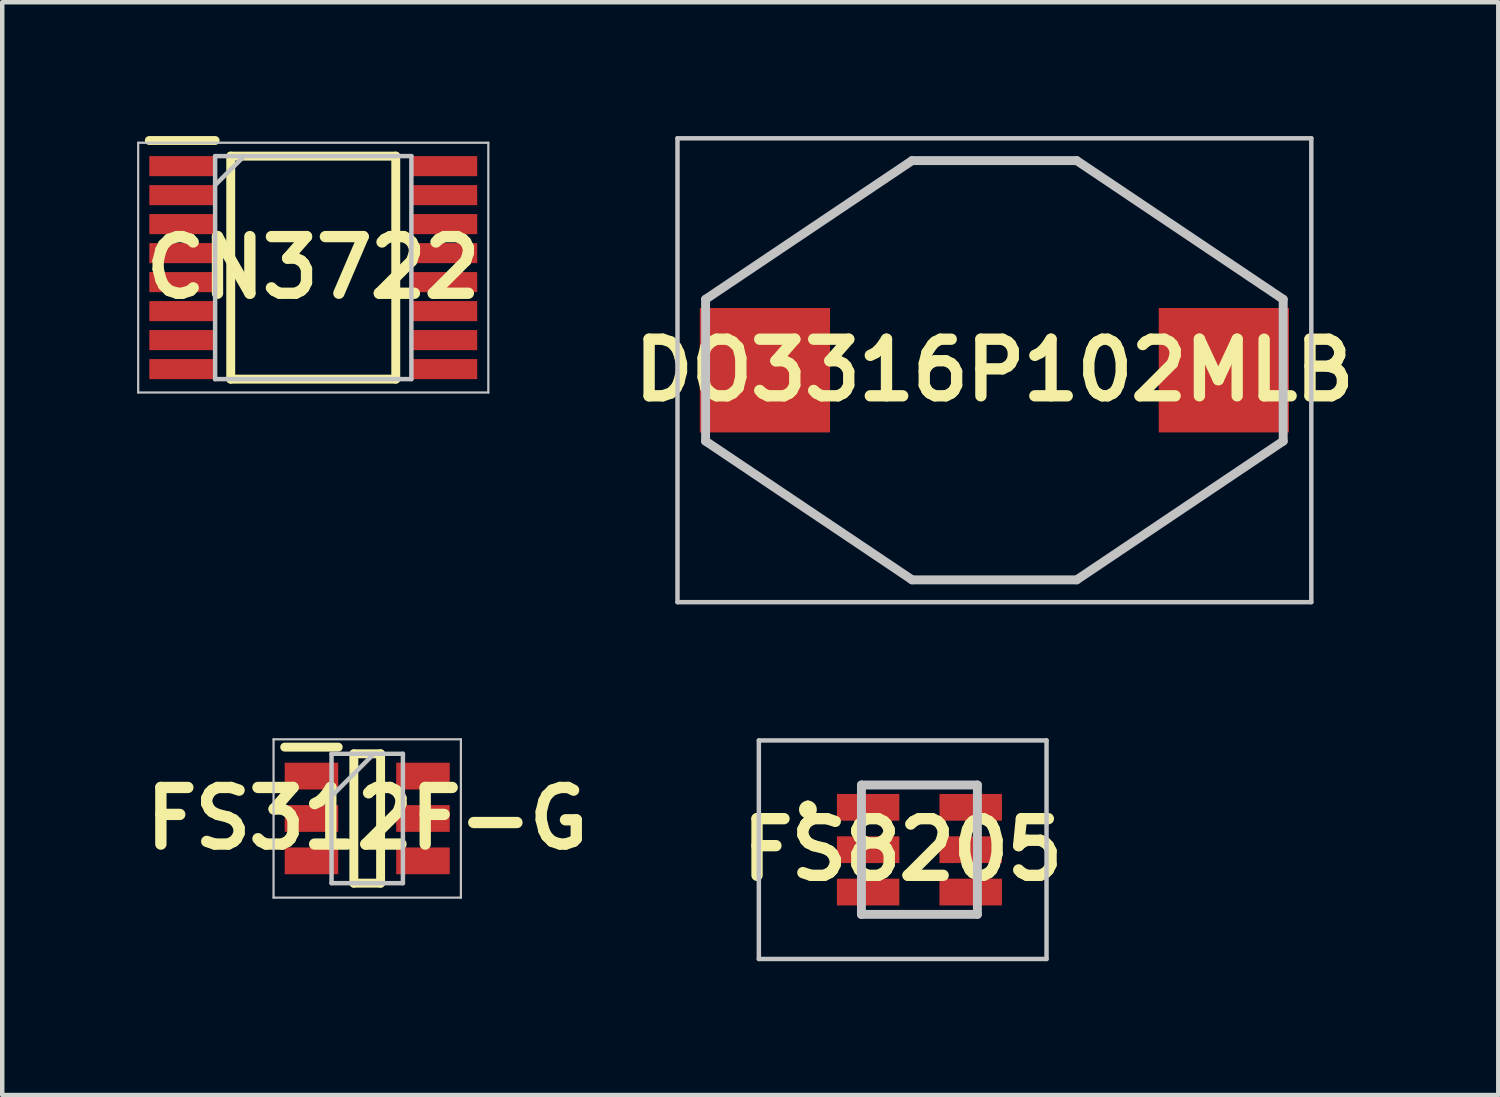
<source format=kicad_pcb>
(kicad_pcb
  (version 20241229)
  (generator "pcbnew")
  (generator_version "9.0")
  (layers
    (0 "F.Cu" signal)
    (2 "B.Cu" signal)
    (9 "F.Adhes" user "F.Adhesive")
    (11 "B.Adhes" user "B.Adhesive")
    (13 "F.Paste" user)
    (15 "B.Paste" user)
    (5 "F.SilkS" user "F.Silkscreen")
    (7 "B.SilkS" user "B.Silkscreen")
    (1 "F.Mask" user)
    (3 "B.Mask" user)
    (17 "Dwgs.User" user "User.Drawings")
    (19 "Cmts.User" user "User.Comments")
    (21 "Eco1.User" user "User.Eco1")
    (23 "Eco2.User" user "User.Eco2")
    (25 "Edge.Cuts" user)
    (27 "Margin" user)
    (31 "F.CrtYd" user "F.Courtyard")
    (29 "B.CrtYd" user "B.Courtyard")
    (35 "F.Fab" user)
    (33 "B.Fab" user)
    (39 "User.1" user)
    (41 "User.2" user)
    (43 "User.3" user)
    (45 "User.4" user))
  (footprint "FS312F-G"
    (layer "F.Cu")
    (at 5.183 15.3)
    (property "Reference" "FS312F-G" (at 0 0 0) (layer "F.SilkS") (effects (font (size 1.27 1.27) (thickness 0.254))))
    (attr smd)
    (fp_line (start -1.85 -1.6) (end -0.65 -1.6) (stroke (width 0.2) (type solid)) (layer "F.SilkS"))
    (fp_line (start -0.3 -1.45) (end 0.3 -1.45) (stroke (width 0.2) (type solid)) (layer "F.SilkS"))
    (fp_line (start -0.3 1.45) (end -0.3 -1.45) (stroke (width 0.2) (type solid)) (layer "F.SilkS"))
    (fp_line (start 0.3 -1.45) (end 0.3 1.45) (stroke (width 0.2) (type solid)) (layer "F.SilkS"))
    (fp_line (start 0.3 1.45) (end -0.3 1.45) (stroke (width 0.2) (type solid)) (layer "F.SilkS"))
    (fp_line (start -2.1 -1.775) (end 2.1 -1.775) (stroke (width 0.05) (type solid)) (layer "Dwgs.User"))
    (fp_line (start -2.1 1.775) (end -2.1 -1.775) (stroke (width 0.05) (type solid)) (layer "Dwgs.User"))
    (fp_line (start -0.8 -1.45) (end 0.8 -1.45) (stroke (width 0.1) (type solid)) (layer "Dwgs.User"))
    (fp_line (start -0.8 -0.5) (end 0.15 -1.45) (stroke (width 0.1) (type solid)) (layer "Dwgs.User"))
    (fp_line (start -0.8 1.45) (end -0.8 -1.45) (stroke (width 0.1) (type solid)) (layer "Dwgs.User"))
    (fp_line (start 0.8 -1.45) (end 0.8 1.45) (stroke (width 0.1) (type solid)) (layer "Dwgs.User"))
    (fp_line (start 0.8 1.45) (end -0.8 1.45) (stroke (width 0.1) (type solid)) (layer "Dwgs.User"))
    (fp_line (start 2.1 -1.775) (end 2.1 1.775) (stroke (width 0.05) (type solid)) (layer "Dwgs.User"))
    (fp_line (start 2.1 1.775) (end -2.1 1.775) (stroke (width 0.05) (type solid)) (layer "Dwgs.User"))
    (pad "1" smd rect (at -1.25 -0.95 90) (size 0.6 1.2) (layers "F.Cu" "F.Mask" "F.Paste"))
    (pad "2" smd rect (at -1.25 0 90) (size 0.6 1.2) (layers "F.Cu" "F.Mask" "F.Paste"))
    (pad "3" smd rect (at -1.25 0.95 90) (size 0.6 1.2) (layers "F.Cu" "F.Mask" "F.Paste"))
    (pad "4" smd rect (at 1.25 0.95 90) (size 0.6 1.2) (layers "F.Cu" "F.Mask" "F.Paste"))
    (pad "5" smd rect (at 1.25 0 90) (size 0.6 1.2) (layers "F.Cu" "F.Mask" "F.Paste"))
    (pad "6" smd rect (at 1.25 -0.95 90) (size 0.6 1.2) (layers "F.Cu" "F.Mask" "F.Paste")))
  (footprint "DO3316P102MLB"
    (layer "F.Cu")
    (at 19.244 5.25)
    (property "Reference" "DO3316P102MLB" (at 0 0 0) (layer "F.SilkS") (effects (font (size 1.27 1.27) (thickness 0.254))))
    (attr smd)
    (fp_line (start -5.08 -2.54) (end -1.845 -4.7) (stroke (width 0.1) (type solid)) (layer "F.SilkS"))
    (fp_line (start -5.08 2.54) (end -1.845 4.7) (stroke (width 0.1) (type solid)) (layer "F.SilkS"))
    (fp_line (start -1.845 -4.7) (end 1.845 -4.7) (stroke (width 0.1) (type solid)) (layer "F.SilkS"))
    (fp_line (start -1.845 4.7) (end 1.845 4.7) (stroke (width 0.1) (type solid)) (layer "F.SilkS"))
    (fp_line (start 1.845 -4.7) (end 5.08 -2.54) (stroke (width 0.1) (type solid)) (layer "F.SilkS"))
    (fp_line (start 1.845 4.7) (end 5.08 2.54) (stroke (width 0.1) (type solid)) (layer "F.SilkS"))
    (fp_line (start -7.105 -5.2) (end 7.105 -5.2) (stroke (width 0.1) (type solid)) (layer "Dwgs.User"))
    (fp_line (start -7.105 5.2) (end -7.105 -5.2) (stroke (width 0.1) (type solid)) (layer "Dwgs.User"))
    (fp_line (start -6.475 -1.59) (end -6.475 1.59) (stroke (width 0.2) (type solid)) (layer "Dwgs.User"))
    (fp_line (start -6.475 -1.59) (end -1.845 -4.7) (stroke (width 0.2) (type solid)) (layer "Dwgs.User"))
    (fp_line (start -6.475 1.59) (end -1.845 4.7) (stroke (width 0.2) (type solid)) (layer "Dwgs.User"))
    (fp_line (start -1.845 -4.7) (end 1.845 -4.7) (stroke (width 0.2) (type solid)) (layer "Dwgs.User"))
    (fp_line (start -1.845 4.7) (end 1.845 4.7) (stroke (width 0.2) (type solid)) (layer "Dwgs.User"))
    (fp_line (start 1.845 -4.7) (end 6.475 -1.59) (stroke (width 0.2) (type solid)) (layer "Dwgs.User"))
    (fp_line (start 1.845 4.7) (end 6.475 1.59) (stroke (width 0.2) (type solid)) (layer "Dwgs.User"))
    (fp_line (start 6.475 -1.59) (end 6.475 1.59) (stroke (width 0.2) (type solid)) (layer "Dwgs.User"))
    (fp_line (start 7.105 -5.2) (end 7.105 5.2) (stroke (width 0.1) (type solid)) (layer "Dwgs.User"))
    (fp_line (start 7.105 5.2) (end -7.105 5.2) (stroke (width 0.1) (type solid)) (layer "Dwgs.User"))
    (pad "1" smd rect (at -5.145 0 90) (size 2.79 2.92) (layers "F.Cu" "F.Mask" "F.Paste"))
    (pad "2" smd rect (at 5.145 0 90) (size 2.79 2.92) (layers "F.Cu" "F.Mask" "F.Paste")))
  (footprint "CN3722"
    (layer "F.Cu")
    (at 3.973 2.95)
    (property "Reference" "CN3722" (at 0 0 0) (layer "F.SilkS") (effects (font (size 1.27 1.27) (thickness 0.254))))
    (attr smd)
    (fp_line (start -3.675 -2.85) (end -2.2 -2.85) (stroke (width 0.2) (type solid)) (layer "F.SilkS"))
    (fp_line (start -1.85 -2.5) (end 1.85 -2.5) (stroke (width 0.2) (type solid)) (layer "F.SilkS"))
    (fp_line (start -1.85 2.5) (end -1.85 -2.5) (stroke (width 0.2) (type solid)) (layer "F.SilkS"))
    (fp_line (start 1.85 -2.5) (end 1.85 2.5) (stroke (width 0.2) (type solid)) (layer "F.SilkS"))
    (fp_line (start 1.85 2.5) (end -1.85 2.5) (stroke (width 0.2) (type solid)) (layer "F.SilkS"))
    (fp_line (start -3.925 -2.8) (end 3.925 -2.8) (stroke (width 0.05) (type solid)) (layer "Dwgs.User"))
    (fp_line (start -3.925 2.8) (end -3.925 -2.8) (stroke (width 0.05) (type solid)) (layer "Dwgs.User"))
    (fp_line (start -2.2 -2.5) (end 2.2 -2.5) (stroke (width 0.1) (type solid)) (layer "Dwgs.User"))
    (fp_line (start -2.2 -1.85) (end -1.55 -2.5) (stroke (width 0.1) (type solid)) (layer "Dwgs.User"))
    (fp_line (start -2.2 2.5) (end -2.2 -2.5) (stroke (width 0.1) (type solid)) (layer "Dwgs.User"))
    (fp_line (start 2.2 -2.5) (end 2.2 2.5) (stroke (width 0.1) (type solid)) (layer "Dwgs.User"))
    (fp_line (start 2.2 2.5) (end -2.2 2.5) (stroke (width 0.1) (type solid)) (layer "Dwgs.User"))
    (fp_line (start 3.925 -2.8) (end 3.925 2.8) (stroke (width 0.05) (type solid)) (layer "Dwgs.User"))
    (fp_line (start 3.925 2.8) (end -3.925 2.8) (stroke (width 0.05) (type solid)) (layer "Dwgs.User"))
    (pad "1" smd rect (at -2.938 -2.275 90) (size 0.45 1.475) (layers "F.Cu" "F.Mask" "F.Paste"))
    (pad "2" smd rect (at -2.938 -1.625 90) (size 0.45 1.475) (layers "F.Cu" "F.Mask" "F.Paste"))
    (pad "3" smd rect (at -2.938 -0.975 90) (size 0.45 1.475) (layers "F.Cu" "F.Mask" "F.Paste"))
    (pad "4" smd rect (at -2.938 -0.325 90) (size 0.45 1.475) (layers "F.Cu" "F.Mask" "F.Paste"))
    (pad "5" smd rect (at -2.938 0.325 90) (size 0.45 1.475) (layers "F.Cu" "F.Mask" "F.Paste"))
    (pad "6" smd rect (at -2.938 0.975 90) (size 0.45 1.475) (layers "F.Cu" "F.Mask" "F.Paste"))
    (pad "7" smd rect (at -2.938 1.625 90) (size 0.45 1.475) (layers "F.Cu" "F.Mask" "F.Paste"))
    (pad "8" smd rect (at -2.938 2.275 90) (size 0.45 1.475) (layers "F.Cu" "F.Mask" "F.Paste"))
    (pad "9" smd rect (at 2.938 2.275 90) (size 0.45 1.475) (layers "F.Cu" "F.Mask" "F.Paste"))
    (pad "10" smd rect (at 2.938 1.625 90) (size 0.45 1.475) (layers "F.Cu" "F.Mask" "F.Paste"))
    (pad "11" smd rect (at 2.938 0.975 90) (size 0.45 1.475) (layers "F.Cu" "F.Mask" "F.Paste"))
    (pad "12" smd rect (at 2.938 0.325 90) (size 0.45 1.475) (layers "F.Cu" "F.Mask" "F.Paste"))
    (pad "13" smd rect (at 2.938 -0.325 90) (size 0.45 1.475) (layers "F.Cu" "F.Mask" "F.Paste"))
    (pad "14" smd rect (at 2.938 -0.975 90) (size 0.45 1.475) (layers "F.Cu" "F.Mask" "F.Paste"))
    (pad "15" smd rect (at 2.938 -1.625 90) (size 0.45 1.475) (layers "F.Cu" "F.Mask" "F.Paste"))
    (pad "16" smd rect (at 2.938 -2.275 90) (size 0.45 1.475) (layers "F.Cu" "F.Mask" "F.Paste")))
  (footprint "FS8205"
    (layer "F.Cu")
    (at 16.913 16)
    (property "Reference" "FS8205" (at 0.275 0 0) (layer "F.SilkS") (effects (font (size 1.27 1.27) (thickness 0.254))))
    (attr smd)
    (fp_line (start -1.85 -1) (end -1.85 -1) (stroke (width 0.2) (type solid)) (layer "F.SilkS"))
    (fp_line (start -1.85 -0.8) (end -1.85 -0.8) (stroke (width 0.2) (type solid)) (layer "F.SilkS"))
    (fp_line (start -0.65 -1.45) (end 1.95 -1.45) (stroke (width 0.1) (type solid)) (layer "F.SilkS"))
    (fp_line (start -0.65 1.45) (end 1.8 1.45) (stroke (width 0.1) (type solid)) (layer "F.SilkS"))
    (fp_arc (start -1.85 -1) (mid -1.75 -0.9) (end -1.85 -0.8) (stroke (width 0.2) (type solid)) (layer "F.SilkS"))
    (fp_arc (start -1.85 -0.8) (mid -1.95 -0.9) (end -1.85 -1) (stroke (width 0.2) (type solid)) (layer "F.SilkS"))
    (fp_line (start -2.95 -2.45) (end 3.5 -2.45) (stroke (width 0.1) (type solid)) (layer "Dwgs.User"))
    (fp_line (start -2.95 2.45) (end -2.95 -2.45) (stroke (width 0.1) (type solid)) (layer "Dwgs.User"))
    (fp_line (start -0.65 -1.45) (end 1.95 -1.45) (stroke (width 0.2) (type solid)) (layer "Dwgs.User"))
    (fp_line (start -0.65 1.45) (end -0.65 -1.45) (stroke (width 0.2) (type solid)) (layer "Dwgs.User"))
    (fp_line (start 1.95 -1.45) (end 1.95 1.45) (stroke (width 0.2) (type solid)) (layer "Dwgs.User"))
    (fp_line (start 1.95 1.45) (end -0.65 1.45) (stroke (width 0.2) (type solid)) (layer "Dwgs.User"))
    (fp_line (start 3.5 -2.45) (end 3.5 2.45) (stroke (width 0.1) (type solid)) (layer "Dwgs.User"))
    (fp_line (start 3.5 2.45) (end -2.95 2.45) (stroke (width 0.1) (type solid)) (layer "Dwgs.User"))
    (pad "1" smd rect (at -0.5 -0.95 90) (size 0.6 1.4) (layers "F.Cu" "F.Mask" "F.Paste"))
    (pad "2" smd rect (at -0.5 0 90) (size 0.6 1.4) (layers "F.Cu" "F.Mask" "F.Paste"))
    (pad "3" smd rect (at -0.5 0.95 90) (size 0.6 1.4) (layers "F.Cu" "F.Mask" "F.Paste"))
    (pad "4" smd rect (at 1.8 -0.95 90) (size 0.6 1.4) (layers "F.Cu" "F.Mask" "F.Paste"))
    (pad "5" smd rect (at 1.8 0 90) (size 0.6 1.4) (layers "F.Cu" "F.Mask" "F.Paste"))
    (pad "6" smd rect (at 1.8 0.95 90) (size 0.6 1.4) (layers "F.Cu" "F.Mask" "F.Paste")))
  (gr_rect
    (start -3 -3)
    (end 30.541 21.5)
    (stroke (width 0.1) (type default))
    (fill no)
    (layer "Edge.Cuts")))
</source>
